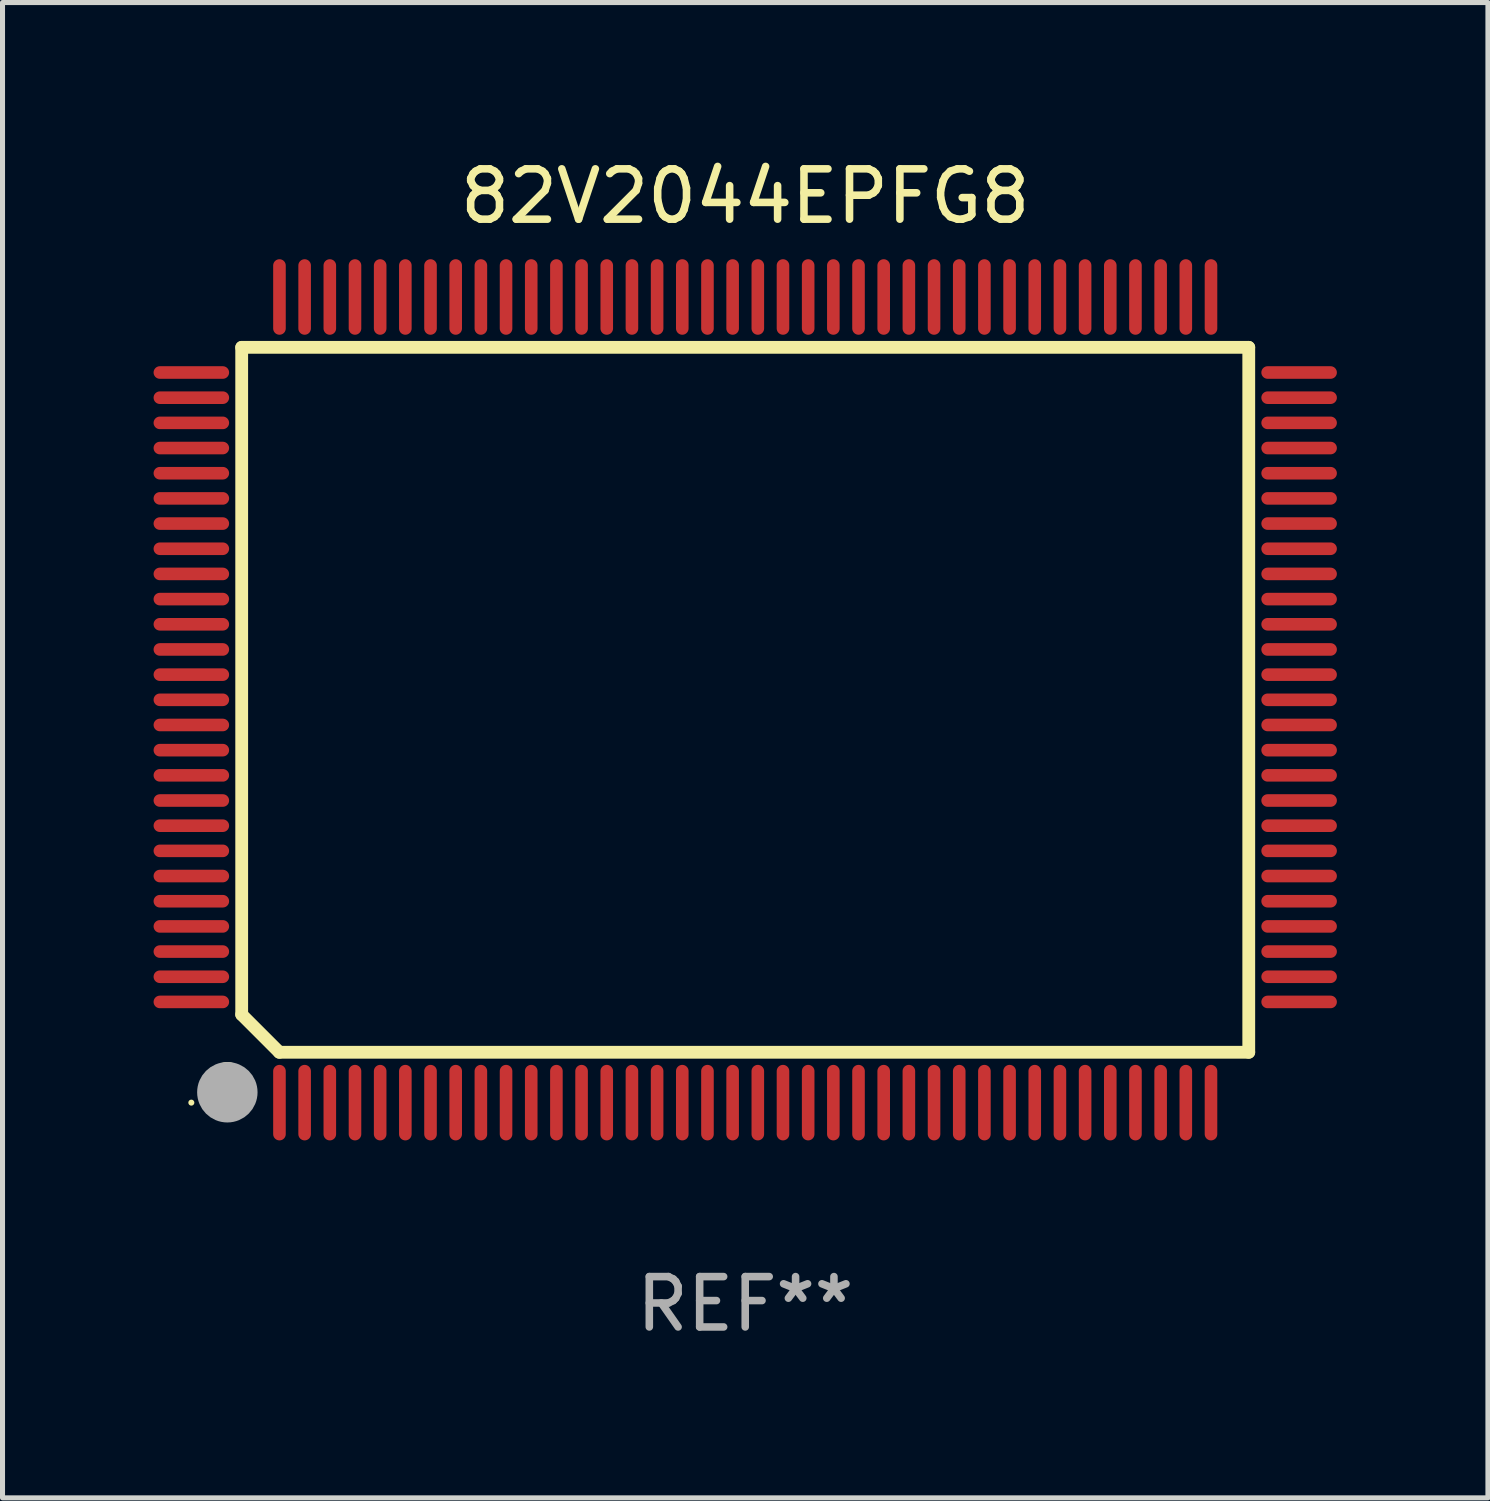
<source format=kicad_pcb>
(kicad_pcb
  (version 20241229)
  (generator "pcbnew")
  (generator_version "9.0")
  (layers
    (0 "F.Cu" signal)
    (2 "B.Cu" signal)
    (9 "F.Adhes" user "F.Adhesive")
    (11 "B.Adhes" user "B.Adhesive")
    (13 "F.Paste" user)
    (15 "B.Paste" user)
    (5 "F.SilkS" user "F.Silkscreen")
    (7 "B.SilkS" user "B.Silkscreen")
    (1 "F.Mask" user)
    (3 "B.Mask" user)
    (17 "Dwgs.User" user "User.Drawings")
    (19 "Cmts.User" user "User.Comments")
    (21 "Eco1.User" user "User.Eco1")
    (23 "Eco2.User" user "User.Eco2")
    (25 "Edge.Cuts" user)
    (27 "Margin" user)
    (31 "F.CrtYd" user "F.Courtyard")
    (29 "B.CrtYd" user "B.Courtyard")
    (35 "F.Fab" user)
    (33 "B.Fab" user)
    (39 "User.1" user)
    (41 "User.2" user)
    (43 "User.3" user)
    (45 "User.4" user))
  (footprint "82V2044EPFG8"
    (layer "F.Cu")
    (at 11.75 10.848)
    (property "Reference" "82V2044EPFG8" (at 0 -10 0) (layer "F.SilkS") (effects (font (size 1 1) (thickness 0.15))))
    (attr through_hole)
    (fp_line (start -10 -7) (end -10 6.25) (stroke (width 0.254) (type solid)) (layer "F.SilkS"))
    (fp_line (start -10 -7) (end 10 -7) (stroke (width 0.254) (type solid)) (layer "F.SilkS"))
    (fp_line (start -9.252 7) (end -10 6.252) (stroke (width 0.254) (type solid)) (layer "F.SilkS"))
    (fp_line (start 10 -7) (end 10 7) (stroke (width 0.254) (type solid)) (layer "F.SilkS"))
    (fp_line (start 10 7) (end -9.252 7) (stroke (width 0.254) (type solid)) (layer "F.SilkS"))
    (fp_arc (start -10.287021 7.493015) (mid -10.284481 7.493004) (end -10.281941 7.493015) (stroke (width 0.6) (type solid)) (layer "F.SilkS"))
    (fp_circle (center -11 8) (end -10.97 8) (stroke (width 0.06) (type solid)) (fill no) (layer "F.SilkS"))
    (fp_circle (center -10.285 7.794) (end -9.985 7.794) (stroke (width 0.6) (type solid)) (fill no) (layer "F.Fab"))
    (fp_text user "REF**" (at 0 12 0) (layer "F.Fab") (effects (font (size 1 1) (thickness 0.15))))
    (pad "1" smd oval (at -9.25 8) (size 0.25 1.5) (layers "F.Cu" "F.Mask" "F.Paste"))
    (pad "2" smd oval (at -8.75 8) (size 0.25 1.5) (layers "F.Cu" "F.Mask" "F.Paste"))
    (pad "3" smd oval (at -8.25 8) (size 0.25 1.5) (layers "F.Cu" "F.Mask" "F.Paste"))
    (pad "4" smd oval (at -7.75 8) (size 0.25 1.5) (layers "F.Cu" "F.Mask" "F.Paste"))
    (pad "5" smd oval (at -7.25 8) (size 0.25 1.5) (layers "F.Cu" "F.Mask" "F.Paste"))
    (pad "6" smd oval (at -6.75 8) (size 0.25 1.5) (layers "F.Cu" "F.Mask" "F.Paste"))
    (pad "7" smd oval (at -6.25 8) (size 0.25 1.5) (layers "F.Cu" "F.Mask" "F.Paste"))
    (pad "8" smd oval (at -5.75 8) (size 0.25 1.5) (layers "F.Cu" "F.Mask" "F.Paste"))
    (pad "9" smd oval (at -5.25 8) (size 0.25 1.5) (layers "F.Cu" "F.Mask" "F.Paste"))
    (pad "10" smd oval (at -4.75 8) (size 0.25 1.5) (layers "F.Cu" "F.Mask" "F.Paste"))
    (pad "11" smd oval (at -4.25 8) (size 0.25 1.5) (layers "F.Cu" "F.Mask" "F.Paste"))
    (pad "12" smd oval (at -3.75 8) (size 0.25 1.5) (layers "F.Cu" "F.Mask" "F.Paste"))
    (pad "13" smd oval (at -3.25 8) (size 0.25 1.5) (layers "F.Cu" "F.Mask" "F.Paste"))
    (pad "14" smd oval (at -2.75 8) (size 0.25 1.5) (layers "F.Cu" "F.Mask" "F.Paste"))
    (pad "15" smd oval (at -2.25 8) (size 0.25 1.5) (layers "F.Cu" "F.Mask" "F.Paste"))
    (pad "16" smd oval (at -1.75 8) (size 0.25 1.5) (layers "F.Cu" "F.Mask" "F.Paste"))
    (pad "17" smd oval (at -1.25 8) (size 0.25 1.5) (layers "F.Cu" "F.Mask" "F.Paste"))
    (pad "18" smd oval (at -0.75 8) (size 0.25 1.5) (layers "F.Cu" "F.Mask" "F.Paste"))
    (pad "19" smd oval (at -0.25 8) (size 0.25 1.5) (layers "F.Cu" "F.Mask" "F.Paste"))
    (pad "20" smd oval (at 0.25 8) (size 0.25 1.5) (layers "F.Cu" "F.Mask" "F.Paste"))
    (pad "21" smd oval (at 0.75 8) (size 0.25 1.5) (layers "F.Cu" "F.Mask" "F.Paste"))
    (pad "22" smd oval (at 1.25 8) (size 0.25 1.5) (layers "F.Cu" "F.Mask" "F.Paste"))
    (pad "23" smd oval (at 1.75 8) (size 0.25 1.5) (layers "F.Cu" "F.Mask" "F.Paste"))
    (pad "24" smd oval (at 2.25 8) (size 0.25 1.5) (layers "F.Cu" "F.Mask" "F.Paste"))
    (pad "25" smd oval (at 2.75 8) (size 0.25 1.5) (layers "F.Cu" "F.Mask" "F.Paste"))
    (pad "26" smd oval (at 3.25 8) (size 0.25 1.5) (layers "F.Cu" "F.Mask" "F.Paste"))
    (pad "27" smd oval (at 3.75 8) (size 0.25 1.5) (layers "F.Cu" "F.Mask" "F.Paste"))
    (pad "28" smd oval (at 4.25 8) (size 0.25 1.5) (layers "F.Cu" "F.Mask" "F.Paste"))
    (pad "29" smd oval (at 4.75 8) (size 0.25 1.5) (layers "F.Cu" "F.Mask" "F.Paste"))
    (pad "30" smd oval (at 5.25 8) (size 0.25 1.5) (layers "F.Cu" "F.Mask" "F.Paste"))
    (pad "31" smd oval (at 5.75 8) (size 0.25 1.5) (layers "F.Cu" "F.Mask" "F.Paste"))
    (pad "32" smd oval (at 6.25 8) (size 0.25 1.5) (layers "F.Cu" "F.Mask" "F.Paste"))
    (pad "33" smd oval (at 6.75 8 180) (size 0.25 1.5) (layers "F.Cu" "F.Mask" "F.Paste"))
    (pad "34" smd oval (at 7.25 8 180) (size 0.25 1.5) (layers "F.Cu" "F.Mask" "F.Paste"))
    (pad "35" smd oval (at 7.75 8 180) (size 0.25 1.5) (layers "F.Cu" "F.Mask" "F.Paste"))
    (pad "36" smd oval (at 8.25 8 180) (size 0.25 1.5) (layers "F.Cu" "F.Mask" "F.Paste"))
    (pad "37" smd oval (at 8.75 8 180) (size 0.25 1.5) (layers "F.Cu" "F.Mask" "F.Paste"))
    (pad "38" smd oval (at 9.25 8 180) (size 0.25 1.5) (layers "F.Cu" "F.Mask" "F.Paste"))
    (pad "39" smd oval (at 11 6 270) (size 0.25 1.5) (layers "F.Cu" "F.Mask" "F.Paste"))
    (pad "40" smd oval (at 11 5.5 270) (size 0.25 1.5) (layers "F.Cu" "F.Mask" "F.Paste"))
    (pad "41" smd oval (at 11 5 270) (size 0.25 1.5) (layers "F.Cu" "F.Mask" "F.Paste"))
    (pad "42" smd oval (at 11 4.5 270) (size 0.25 1.5) (layers "F.Cu" "F.Mask" "F.Paste"))
    (pad "43" smd oval (at 11 4 270) (size 0.25 1.5) (layers "F.Cu" "F.Mask" "F.Paste"))
    (pad "44" smd oval (at 11 3.5 270) (size 0.25 1.5) (layers "F.Cu" "F.Mask" "F.Paste"))
    (pad "45" smd oval (at 11 3 270) (size 0.25 1.5) (layers "F.Cu" "F.Mask" "F.Paste"))
    (pad "46" smd oval (at 11 2.5 270) (size 0.25 1.5) (layers "F.Cu" "F.Mask" "F.Paste"))
    (pad "47" smd oval (at 11 2 270) (size 0.25 1.5) (layers "F.Cu" "F.Mask" "F.Paste"))
    (pad "48" smd oval (at 11 1.5 270) (size 0.25 1.5) (layers "F.Cu" "F.Mask" "F.Paste"))
    (pad "49" smd oval (at 11 1 270) (size 0.25 1.5) (layers "F.Cu" "F.Mask" "F.Paste"))
    (pad "50" smd oval (at 11 0.5 270) (size 0.25 1.5) (layers "F.Cu" "F.Mask" "F.Paste"))
    (pad "51" smd oval (at 11 0 270) (size 0.25 1.5) (layers "F.Cu" "F.Mask" "F.Paste"))
    (pad "52" smd oval (at 11 -0.5 270) (size 0.25 1.5) (layers "F.Cu" "F.Mask" "F.Paste"))
    (pad "53" smd oval (at 11 -1 270) (size 0.25 1.5) (layers "F.Cu" "F.Mask" "F.Paste"))
    (pad "54" smd oval (at 11 -1.5 270) (size 0.25 1.5) (layers "F.Cu" "F.Mask" "F.Paste"))
    (pad "55" smd oval (at 11 -2 270) (size 0.25 1.5) (layers "F.Cu" "F.Mask" "F.Paste"))
    (pad "56" smd oval (at 11 -2.5 270) (size 0.25 1.5) (layers "F.Cu" "F.Mask" "F.Paste"))
    (pad "57" smd oval (at 11 -3 270) (size 0.25 1.5) (layers "F.Cu" "F.Mask" "F.Paste"))
    (pad "58" smd oval (at 11 -3.5 270) (size 0.25 1.5) (layers "F.Cu" "F.Mask" "F.Paste"))
    (pad "59" smd oval (at 11 -4 270) (size 0.25 1.5) (layers "F.Cu" "F.Mask" "F.Paste"))
    (pad "60" smd oval (at 11 -4.5 270) (size 0.25 1.5) (layers "F.Cu" "F.Mask" "F.Paste"))
    (pad "61" smd oval (at 11 -5 270) (size 0.25 1.5) (layers "F.Cu" "F.Mask" "F.Paste"))
    (pad "62" smd oval (at 11 -5.5 270) (size 0.25 1.5) (layers "F.Cu" "F.Mask" "F.Paste"))
    (pad "63" smd oval (at 11 -6 270) (size 0.25 1.5) (layers "F.Cu" "F.Mask" "F.Paste"))
    (pad "64" smd oval (at 11 -6.5 270) (size 0.25 1.5) (layers "F.Cu" "F.Mask" "F.Paste"))
    (pad "65" smd oval (at 9.25 -8 180) (size 0.25 1.5) (layers "F.Cu" "F.Mask" "F.Paste"))
    (pad "66" smd oval (at 8.75 -8 180) (size 0.25 1.5) (layers "F.Cu" "F.Mask" "F.Paste"))
    (pad "67" smd oval (at 8.25 -8 180) (size 0.25 1.5) (layers "F.Cu" "F.Mask" "F.Paste"))
    (pad "68" smd oval (at 7.75 -8 180) (size 0.25 1.5) (layers "F.Cu" "F.Mask" "F.Paste"))
    (pad "69" smd oval (at 7.25 -8 180) (size 0.25 1.5) (layers "F.Cu" "F.Mask" "F.Paste"))
    (pad "70" smd oval (at 6.75 -8 180) (size 0.25 1.5) (layers "F.Cu" "F.Mask" "F.Paste"))
    (pad "71" smd oval (at 6.25 -8 180) (size 0.25 1.5) (layers "F.Cu" "F.Mask" "F.Paste"))
    (pad "72" smd oval (at 5.75 -8 180) (size 0.25 1.5) (layers "F.Cu" "F.Mask" "F.Paste"))
    (pad "73" smd oval (at 5.25 -8 180) (size 0.25 1.5) (layers "F.Cu" "F.Mask" "F.Paste"))
    (pad "74" smd oval (at 4.75 -8 180) (size 0.25 1.5) (layers "F.Cu" "F.Mask" "F.Paste"))
    (pad "75" smd oval (at 4.25 -8 180) (size 0.25 1.5) (layers "F.Cu" "F.Mask" "F.Paste"))
    (pad "76" smd oval (at 3.75 -8 180) (size 0.25 1.5) (layers "F.Cu" "F.Mask" "F.Paste"))
    (pad "77" smd oval (at 3.25 -8 180) (size 0.25 1.5) (layers "F.Cu" "F.Mask" "F.Paste"))
    (pad "78" smd oval (at 2.75 -8 180) (size 0.25 1.5) (layers "F.Cu" "F.Mask" "F.Paste"))
    (pad "79" smd oval (at 2.25 -8 180) (size 0.25 1.5) (layers "F.Cu" "F.Mask" "F.Paste"))
    (pad "80" smd oval (at 1.75 -8 180) (size 0.25 1.5) (layers "F.Cu" "F.Mask" "F.Paste"))
    (pad "81" smd oval (at 1.25 -8 180) (size 0.25 1.5) (layers "F.Cu" "F.Mask" "F.Paste"))
    (pad "82" smd oval (at 0.75 -8 180) (size 0.25 1.5) (layers "F.Cu" "F.Mask" "F.Paste"))
    (pad "83" smd oval (at 0.25 -8 180) (size 0.25 1.5) (layers "F.Cu" "F.Mask" "F.Paste"))
    (pad "84" smd oval (at -0.25 -8 180) (size 0.25 1.5) (layers "F.Cu" "F.Mask" "F.Paste"))
    (pad "85" smd oval (at -0.75 -8 180) (size 0.25 1.5) (layers "F.Cu" "F.Mask" "F.Paste"))
    (pad "86" smd oval (at -1.25 -8 180) (size 0.25 1.5) (layers "F.Cu" "F.Mask" "F.Paste"))
    (pad "87" smd oval (at -1.75 -8 180) (size 0.25 1.5) (layers "F.Cu" "F.Mask" "F.Paste"))
    (pad "88" smd oval (at -2.25 -8 180) (size 0.25 1.5) (layers "F.Cu" "F.Mask" "F.Paste"))
    (pad "89" smd oval (at -2.75 -8 180) (size 0.25 1.5) (layers "F.Cu" "F.Mask" "F.Paste"))
    (pad "90" smd oval (at -3.25 -8 180) (size 0.25 1.5) (layers "F.Cu" "F.Mask" "F.Paste"))
    (pad "91" smd oval (at -3.75 -8 180) (size 0.25 1.5) (layers "F.Cu" "F.Mask" "F.Paste"))
    (pad "92" smd oval (at -4.25 -8 180) (size 0.25 1.5) (layers "F.Cu" "F.Mask" "F.Paste"))
    (pad "93" smd oval (at -4.75 -8 180) (size 0.25 1.5) (layers "F.Cu" "F.Mask" "F.Paste"))
    (pad "94" smd oval (at -5.25 -8 180) (size 0.25 1.5) (layers "F.Cu" "F.Mask" "F.Paste"))
    (pad "95" smd oval (at -5.75 -8 180) (size 0.25 1.5) (layers "F.Cu" "F.Mask" "F.Paste"))
    (pad "96" smd oval (at -6.25 -8 180) (size 0.25 1.5) (layers "F.Cu" "F.Mask" "F.Paste"))
    (pad "97" smd oval (at -6.75 -8 180) (size 0.25 1.5) (layers "F.Cu" "F.Mask" "F.Paste"))
    (pad "98" smd oval (at -7.25 -8 180) (size 0.25 1.5) (layers "F.Cu" "F.Mask" "F.Paste"))
    (pad "99" smd oval (at -7.75 -8 180) (size 0.25 1.5) (layers "F.Cu" "F.Mask" "F.Paste"))
    (pad "100" smd oval (at -8.25 -8 180) (size 0.25 1.5) (layers "F.Cu" "F.Mask" "F.Paste"))
    (pad "101" smd oval (at -8.75 -8 180) (size 0.25 1.5) (layers "F.Cu" "F.Mask" "F.Paste"))
    (pad "102" smd oval (at -9.25 -8) (size 0.25 1.5) (layers "F.Cu" "F.Mask" "F.Paste"))
    (pad "103" smd oval (at -11 -6.5 270) (size 0.25 1.5) (layers "F.Cu" "F.Mask" "F.Paste"))
    (pad "104" smd oval (at -11 -6 270) (size 0.25 1.5) (layers "F.Cu" "F.Mask" "F.Paste"))
    (pad "105" smd oval (at -11 -5.5 270) (size 0.25 1.5) (layers "F.Cu" "F.Mask" "F.Paste"))
    (pad "106" smd oval (at -11 -5 270) (size 0.25 1.5) (layers "F.Cu" "F.Mask" "F.Paste"))
    (pad "107" smd oval (at -11 -4.5 270) (size 0.25 1.5) (layers "F.Cu" "F.Mask" "F.Paste"))
    (pad "108" smd oval (at -11 -4 270) (size 0.25 1.5) (layers "F.Cu" "F.Mask" "F.Paste"))
    (pad "109" smd oval (at -11 -3.5 270) (size 0.25 1.5) (layers "F.Cu" "F.Mask" "F.Paste"))
    (pad "110" smd oval (at -11 -3 270) (size 0.25 1.5) (layers "F.Cu" "F.Mask" "F.Paste"))
    (pad "111" smd oval (at -11 -2.5 270) (size 0.25 1.5) (layers "F.Cu" "F.Mask" "F.Paste"))
    (pad "112" smd oval (at -11 -2 270) (size 0.25 1.5) (layers "F.Cu" "F.Mask" "F.Paste"))
    (pad "113" smd oval (at -11 -1.5 270) (size 0.25 1.5) (layers "F.Cu" "F.Mask" "F.Paste"))
    (pad "114" smd oval (at -11 -1 270) (size 0.25 1.5) (layers "F.Cu" "F.Mask" "F.Paste"))
    (pad "115" smd oval (at -11 -0.5 270) (size 0.25 1.5) (layers "F.Cu" "F.Mask" "F.Paste"))
    (pad "116" smd oval (at -11 0 270) (size 0.25 1.5) (layers "F.Cu" "F.Mask" "F.Paste"))
    (pad "117" smd oval (at -11 0.5 270) (size 0.25 1.5) (layers "F.Cu" "F.Mask" "F.Paste"))
    (pad "118" smd oval (at -11 1 270) (size 0.25 1.5) (layers "F.Cu" "F.Mask" "F.Paste"))
    (pad "119" smd oval (at -11 1.5 270) (size 0.25 1.5) (layers "F.Cu" "F.Mask" "F.Paste"))
    (pad "120" smd oval (at -11 2 270) (size 0.25 1.5) (layers "F.Cu" "F.Mask" "F.Paste"))
    (pad "121" smd oval (at -11 2.5 270) (size 0.25 1.5) (layers "F.Cu" "F.Mask" "F.Paste"))
    (pad "122" smd oval (at -11 3 270) (size 0.25 1.5) (layers "F.Cu" "F.Mask" "F.Paste"))
    (pad "123" smd oval (at -11 3.5 270) (size 0.25 1.5) (layers "F.Cu" "F.Mask" "F.Paste"))
    (pad "124" smd oval (at -11 4 270) (size 0.25 1.5) (layers "F.Cu" "F.Mask" "F.Paste"))
    (pad "125" smd oval (at -11 4.5 270) (size 0.25 1.5) (layers "F.Cu" "F.Mask" "F.Paste"))
    (pad "126" smd oval (at -11 5 270) (size 0.25 1.5) (layers "F.Cu" "F.Mask" "F.Paste"))
    (pad "127" smd oval (at -11 5.5 270) (size 0.25 1.5) (layers "F.Cu" "F.Mask" "F.Paste"))
    (pad "128" smd oval (at -11 6 270) (size 0.25 1.5) (layers "F.Cu" "F.Mask" "F.Paste")))
  (gr_rect
    (start -3 -3)
    (end 26.5 26.697)
    (stroke (width 0.1) (type default))
    (fill no)
    (layer "Edge.Cuts")))
</source>
